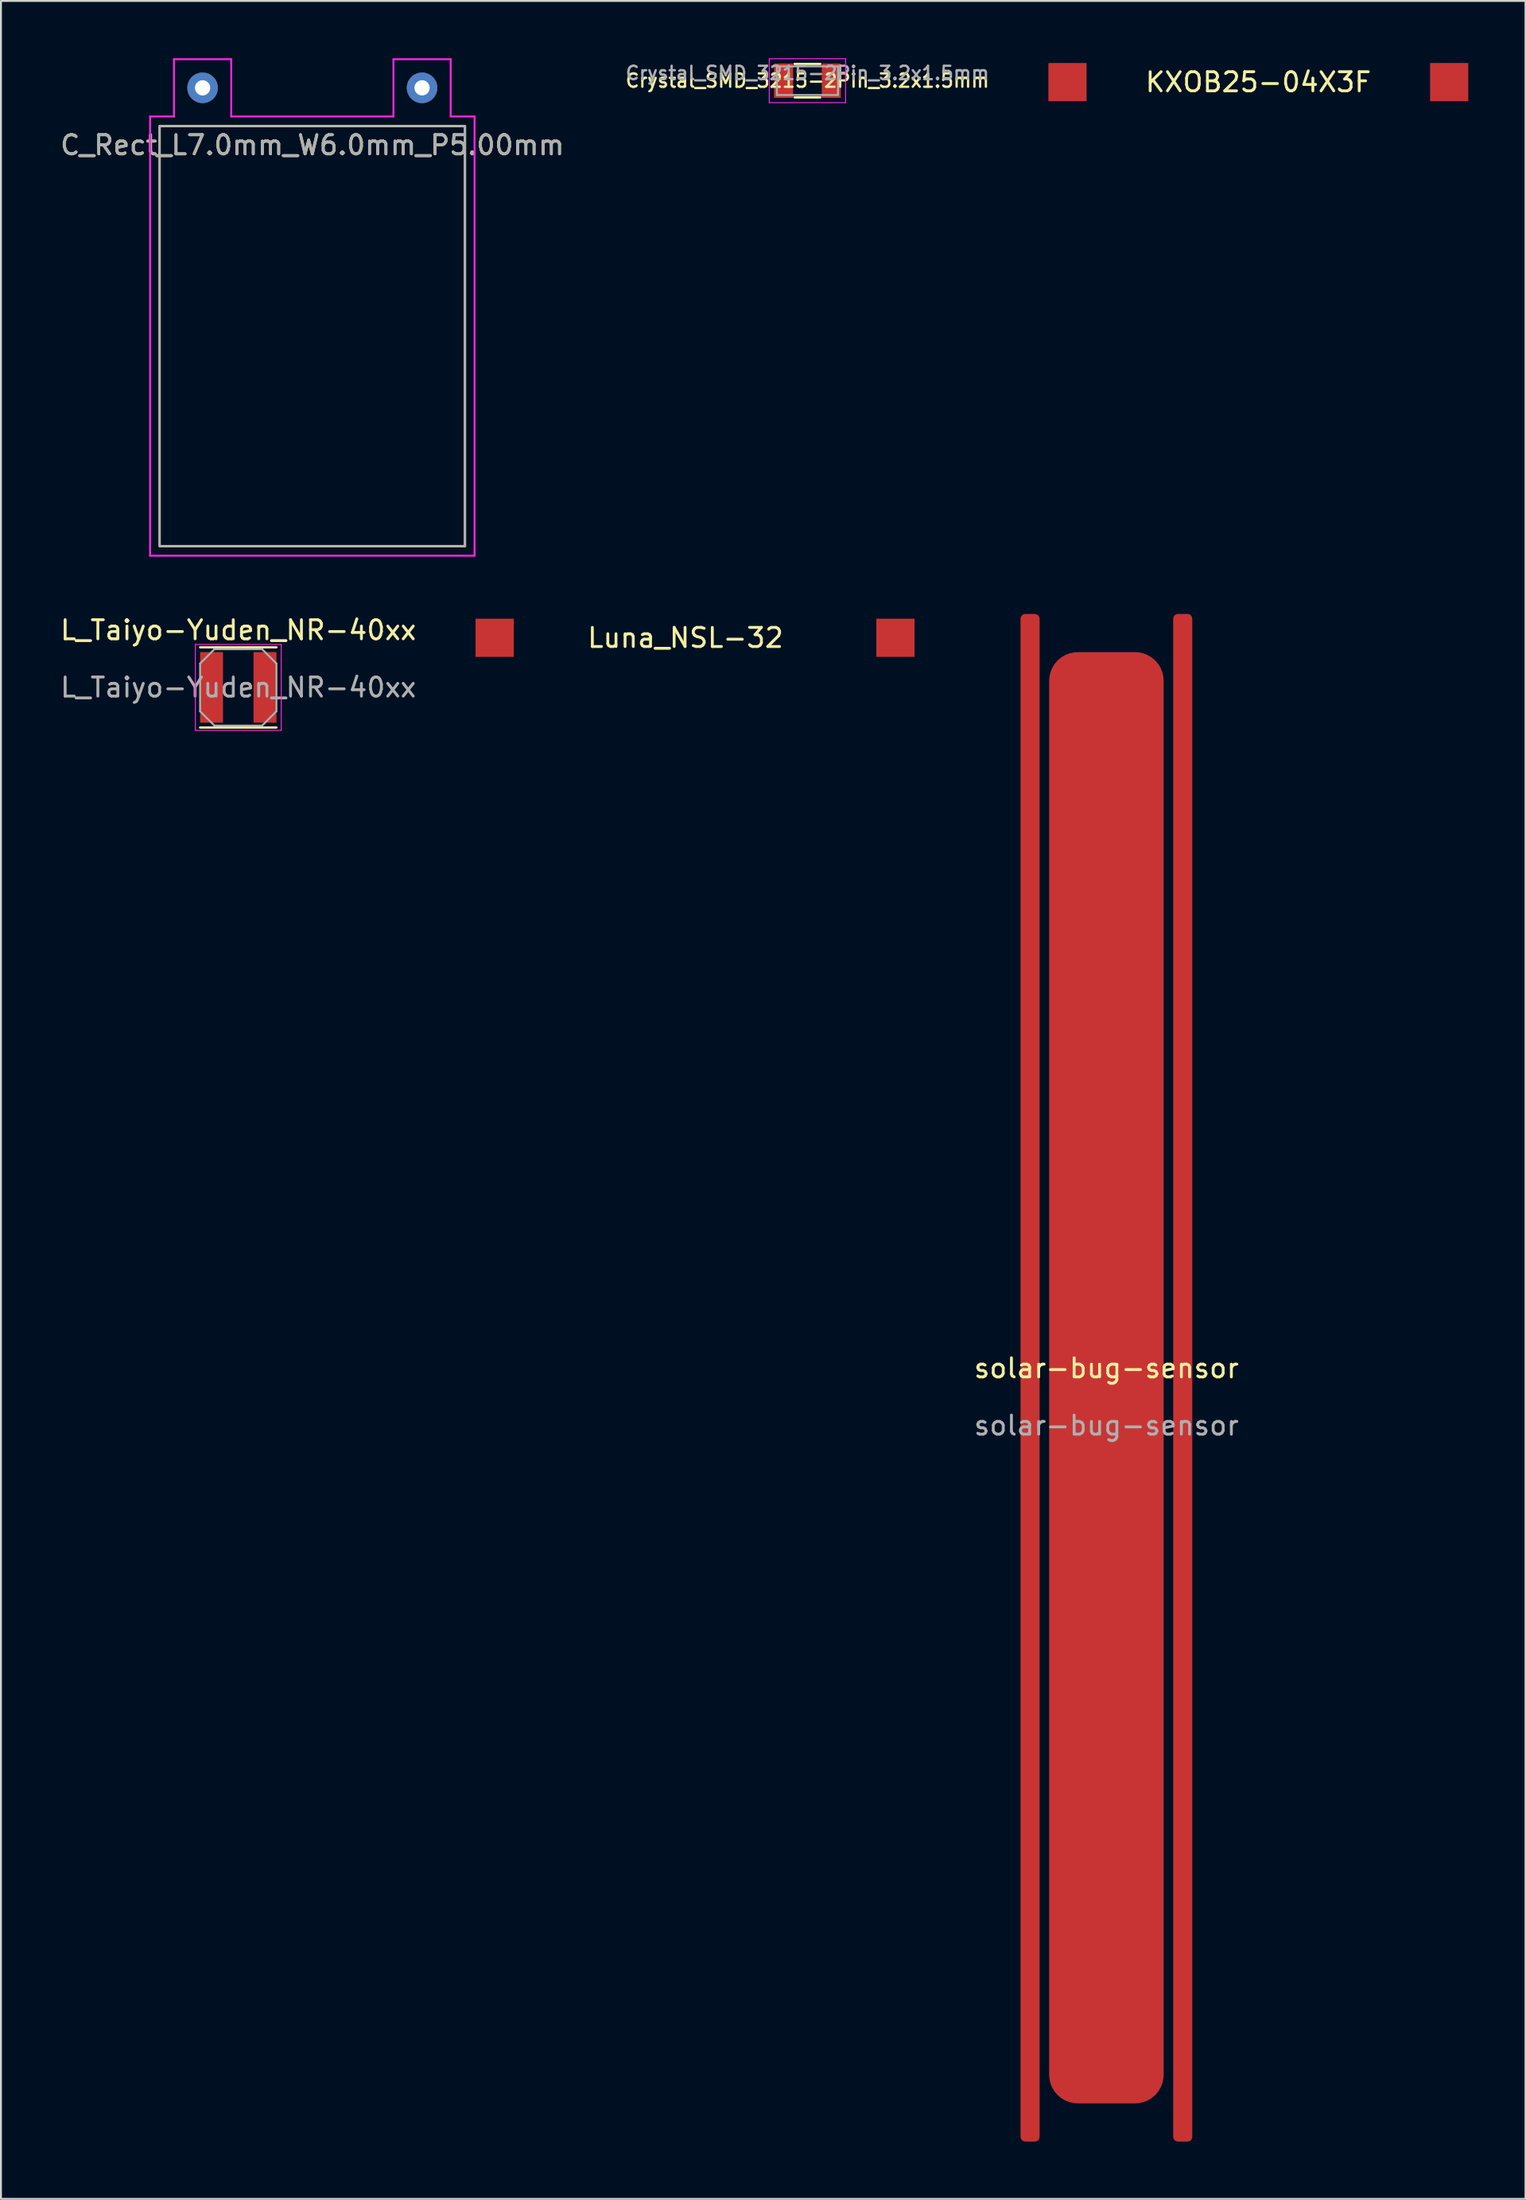
<source format=kicad_pcb>
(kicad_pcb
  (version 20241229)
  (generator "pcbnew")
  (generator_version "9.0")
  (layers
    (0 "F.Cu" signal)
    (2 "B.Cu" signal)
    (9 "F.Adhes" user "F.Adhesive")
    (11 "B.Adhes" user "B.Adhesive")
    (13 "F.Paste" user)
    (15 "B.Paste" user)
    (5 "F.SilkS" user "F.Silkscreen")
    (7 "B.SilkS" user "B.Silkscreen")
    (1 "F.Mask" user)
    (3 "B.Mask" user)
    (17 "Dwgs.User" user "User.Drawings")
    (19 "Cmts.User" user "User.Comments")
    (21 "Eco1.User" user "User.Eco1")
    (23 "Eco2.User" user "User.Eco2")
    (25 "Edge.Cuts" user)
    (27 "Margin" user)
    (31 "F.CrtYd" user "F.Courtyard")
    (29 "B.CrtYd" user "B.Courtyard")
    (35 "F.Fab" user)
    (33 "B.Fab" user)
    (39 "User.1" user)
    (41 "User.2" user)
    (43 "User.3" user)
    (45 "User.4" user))
  (footprint "Luna_NSL-32"
    (layer "F.Cu")
    (at 32.869 29.35)
    (property "Reference" "Luna_NSL-32" (at 0 1 0) (layer "F.SilkS") (effects (font (size 1 1) (thickness 0.15))))
    (attr through_hole)
    (pad "1" connect rect (at -10 1) (size 2 2) (layers "F.Cu" "F.Mask"))
    (pad "2" connect rect (at 11 1) (size 2 2) (layers "F.Cu" "F.Mask")))
  (footprint "C_Rect_L7.0mm_W6.0mm_P5.00mm"
    (layer "F.Cu")
    (at 13.315 1.55)
    (property "Reference" "C_Rect_L7.0mm_W6.0mm_P5.00mm" (at 0 3 180) (layer "F.SilkS") (effects (font (size 1 1) (thickness 0.15))))
    (attr through_hole)
    (fp_rect (start -8 2) (end 8 24) (stroke (width 0.12) (type solid)) (fill no) (layer "F.SilkS"))
    (fp_line (start -8.5 24.5) (end -8.5 1.5) (stroke (width 0.1) (type solid)) (layer "F.CrtYd"))
    (fp_line (start -7.25 -1.5) (end -4.25 -1.5) (stroke (width 0.1) (type solid)) (layer "F.CrtYd"))
    (fp_line (start -7.25 1.5) (end -8.5 1.5) (stroke (width 0.1) (type solid)) (layer "F.CrtYd"))
    (fp_line (start -7.25 1.5) (end -7.25 -1.5) (stroke (width 0.1) (type solid)) (layer "F.CrtYd"))
    (fp_line (start -4.25 -1.5) (end -4.25 1.5) (stroke (width 0.1) (type solid)) (layer "F.CrtYd"))
    (fp_line (start 4.25 -1.5) (end 7.25 -1.5) (stroke (width 0.1) (type solid)) (layer "F.CrtYd"))
    (fp_line (start 4.25 1.5) (end -4.25 1.5) (stroke (width 0.1) (type solid)) (layer "F.CrtYd"))
    (fp_line (start 4.25 1.5) (end 4.25 -1.5) (stroke (width 0.1) (type solid)) (layer "F.CrtYd"))
    (fp_line (start 7.25 -1.5) (end 7.25 1.5) (stroke (width 0.1) (type solid)) (layer "F.CrtYd"))
    (fp_line (start 8.5 1.5) (end 7.25 1.5) (stroke (width 0.1) (type solid)) (layer "F.CrtYd"))
    (fp_line (start 8.5 1.5) (end 8.5 24.5) (stroke (width 0.1) (type solid)) (layer "F.CrtYd"))
    (fp_line (start 8.5 24.5) (end -8.5 24.5) (stroke (width 0.1) (type solid)) (layer "F.CrtYd"))
    (fp_rect (start -8 2) (end 8 24) (stroke (width 0.1) (type solid)) (fill no) (layer "F.Fab"))
    (fp_text user "${REFERENCE}" (at 0 3 180) (layer "F.Fab") (effects (font (size 1 1) (thickness 0.15))))
    (pad "1" thru_hole circle (at 5.75 0) (size 1.6 1.6) (drill 0.8) (layers "*.Cu" "*.Mask"))
    (pad "2" thru_hole circle (at -5.75 0) (size 1.6 1.6) (drill 0.8) (layers "*.Cu" "*.Mask")))
  (footprint "solar-bug-sensor"
    (layer "F.Cu")
    (at 54.923 69.1)
    (property "Reference" "solar-bug-sensor" (at 0 -0.5 0) (unlocked yes) (layer "F.SilkS") (effects (font (size 1 1) (thickness 0.15))))
    (attr smd exclude_from_pos_files)
    (fp_text user "${REFERENCE}" (at 0 2.5 0) (unlocked yes) (layer "F.Fab") (effects (font (size 1 1) (thickness 0.15))))
    (pad "1" smd roundrect (at -4 0) (size 1 80) (layers "F.Cu") (roundrect_rratio 0.25))
    (pad "1" smd roundrect (at 4 0) (size 1 80) (layers "F.Cu") (roundrect_rratio 0.25))
    (pad "2" smd roundrect (at 0 0) (size 6 76) (layers "F.Cu") (roundrect_rratio 0.25)))
  (footprint "Crystal_SMD_3215-2Pin_3.2x1.5mm"
    (layer "F.Cu")
    (at 39.258 1.175)
    (property "Reference" "Crystal_SMD_3215-2Pin_3.2x1.5mm" (at 0 0 180) (layer "F.SilkS") (effects (font (size 0.7 0.7) (thickness 0.12))))
    (attr smd)
    (fp_line (start -0.675 -0.875) (end 0.675 -0.875) (stroke (width 0.12) (type solid)) (layer "F.SilkS"))
    (fp_line (start -0.675 0.875) (end 0.675 0.875) (stroke (width 0.12) (type solid)) (layer "F.SilkS"))
    (fp_line (start -2 -1.15) (end -2 1.15) (stroke (width 0.05) (type solid)) (layer "F.CrtYd"))
    (fp_line (start -2 -1.15) (end 2 -1.15) (stroke (width 0.05) (type solid)) (layer "F.CrtYd"))
    (fp_line (start -2 1.15) (end 2 1.15) (stroke (width 0.05) (type solid)) (layer "F.CrtYd"))
    (fp_line (start 2 -1.15) (end 2 1.15) (stroke (width 0.05) (type solid)) (layer "F.CrtYd"))
    (fp_line (start -1.6 -0.75) (end -1.6 0.75) (stroke (width 0.1) (type solid)) (layer "F.Fab"))
    (fp_line (start -1.6 -0.75) (end 1.6 -0.75) (stroke (width 0.1) (type solid)) (layer "F.Fab"))
    (fp_line (start -1.6 0.75) (end 1.6 0.75) (stroke (width 0.1) (type solid)) (layer "F.Fab"))
    (fp_line (start 1.6 -0.75) (end 1.6 0.75) (stroke (width 0.1) (type solid)) (layer "F.Fab"))
    (fp_text user "${REFERENCE}" (at 0 -0.4 180) (layer "F.Fab") (effects (font (size 0.7 0.7) (thickness 0.12))))
    (pad "1" smd rect (at 1.25 0) (size 1 1.8) (layers "F.Cu" "F.Mask" "F.Paste"))
    (pad "2" smd rect (at -1.25 0) (size 1 1.8) (layers "F.Cu" "F.Mask" "F.Paste")))
  (footprint "L_Taiyo-Yuden_NR-40xx"
    (layer "F.Cu")
    (at 9.435 32.948)
    (property "Reference" "L_Taiyo-Yuden_NR-40xx" (at 0 -3 180) (layer "F.SilkS") (effects (font (size 1 1) (thickness 0.15))))
    (attr smd)
    (fp_line (start -2 -2.1) (end 2 -2.1) (stroke (width 0.12) (type solid)) (layer "F.SilkS"))
    (fp_line (start -2 2.1) (end 2 2.1) (stroke (width 0.12) (type solid)) (layer "F.SilkS"))
    (fp_line (start -2.25 -2.25) (end -2.25 2.25) (stroke (width 0.05) (type solid)) (layer "F.CrtYd"))
    (fp_line (start -2.25 2.25) (end 2.25 2.25) (stroke (width 0.05) (type solid)) (layer "F.CrtYd"))
    (fp_line (start 2.25 -2.25) (end -2.25 -2.25) (stroke (width 0.05) (type solid)) (layer "F.CrtYd"))
    (fp_line (start 2.25 2.25) (end 2.25 -2.25) (stroke (width 0.05) (type solid)) (layer "F.CrtYd"))
    (fp_line (start -2 -1.25) (end -1.25 -2) (stroke (width 0.1) (type solid)) (layer "F.Fab"))
    (fp_line (start -2 1.25) (end -2 -1.25) (stroke (width 0.1) (type solid)) (layer "F.Fab"))
    (fp_line (start -2 1.25) (end -1.25 2) (stroke (width 0.1) (type solid)) (layer "F.Fab"))
    (fp_line (start -1.25 -2) (end 1.25 -2) (stroke (width 0.1) (type solid)) (layer "F.Fab"))
    (fp_line (start -1.25 2) (end 1.25 2) (stroke (width 0.1) (type solid)) (layer "F.Fab"))
    (fp_line (start 2 -1.25) (end 1.25 -2) (stroke (width 0.1) (type solid)) (layer "F.Fab"))
    (fp_line (start 2 -1.25) (end 2 1.25) (stroke (width 0.1) (type solid)) (layer "F.Fab"))
    (fp_line (start 2 1.25) (end 1.25 2) (stroke (width 0.1) (type solid)) (layer "F.Fab"))
    (fp_text user "${REFERENCE}" (at 0 0 180) (layer "F.Fab") (effects (font (size 1 1) (thickness 0.15))))
    (pad "1" smd rect (at -1.4 0) (size 1.2 3.7) (layers "F.Cu" "F.Mask" "F.Paste"))
    (pad "2" smd rect (at 1.4 0) (size 1.2 3.7) (layers "F.Cu" "F.Mask" "F.Paste")))
  (footprint "KXOB25-04X3F"
    (layer "F.Cu")
    (at 62.884 0.25)
    (property "Reference" "KXOB25-04X3F" (at 0 1 0) (layer "F.SilkS") (effects (font (size 1 1) (thickness 0.15))))
    (attr through_hole)
    (pad "1" connect rect (at -10 1) (size 2 2) (layers "F.Cu" "F.Mask"))
    (pad "2" connect rect (at 10 1) (size 2 2) (layers "F.Cu" "F.Mask")))
  (gr_rect
    (start -3 -3)
    (end 76.884 112.1)
    (stroke (width 0.1) (type default))
    (fill no)
    (layer "Edge.Cuts")))
</source>
